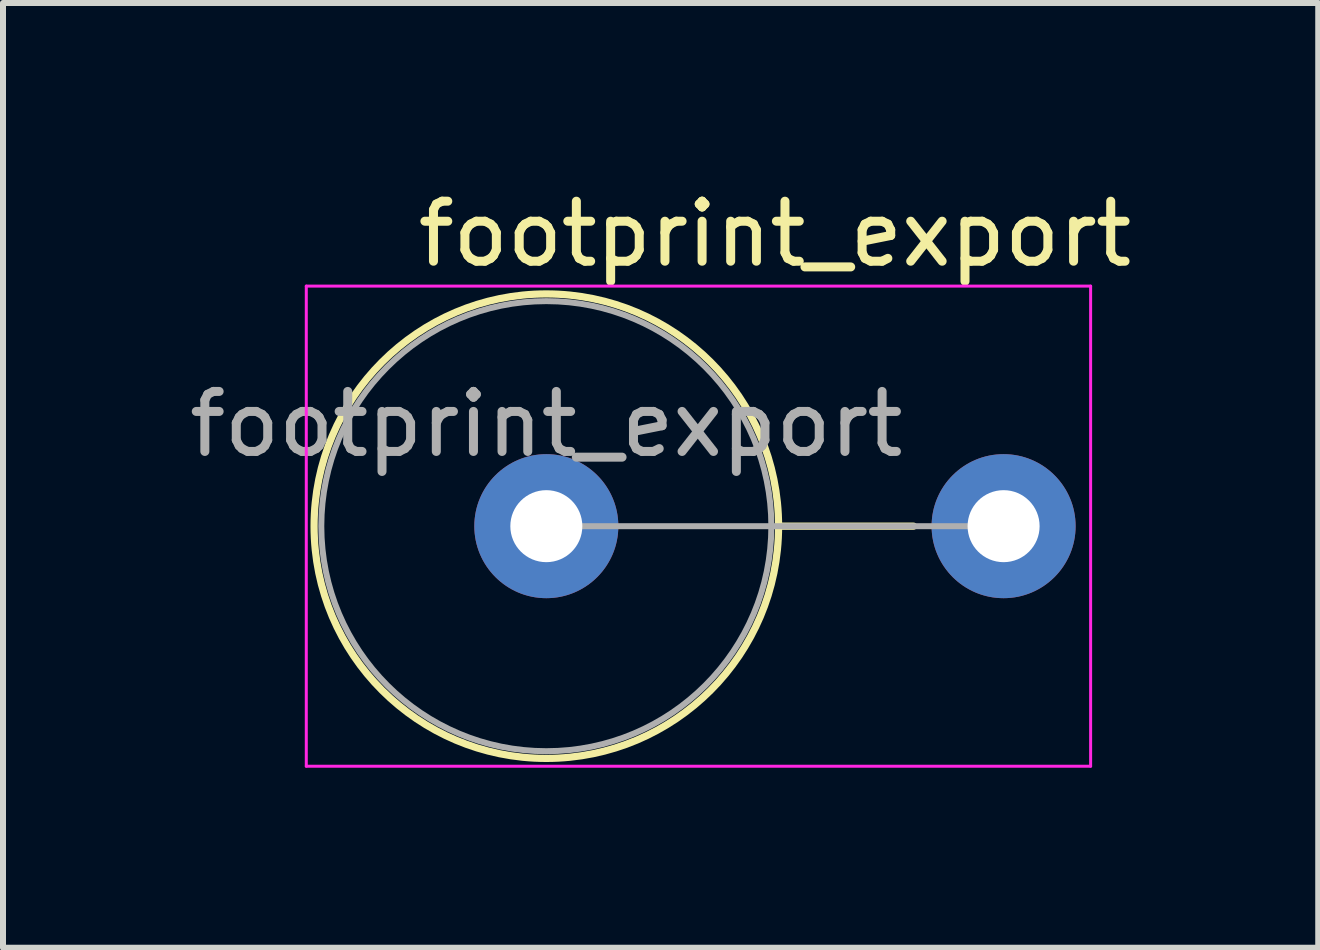
<source format=kicad_pcb>
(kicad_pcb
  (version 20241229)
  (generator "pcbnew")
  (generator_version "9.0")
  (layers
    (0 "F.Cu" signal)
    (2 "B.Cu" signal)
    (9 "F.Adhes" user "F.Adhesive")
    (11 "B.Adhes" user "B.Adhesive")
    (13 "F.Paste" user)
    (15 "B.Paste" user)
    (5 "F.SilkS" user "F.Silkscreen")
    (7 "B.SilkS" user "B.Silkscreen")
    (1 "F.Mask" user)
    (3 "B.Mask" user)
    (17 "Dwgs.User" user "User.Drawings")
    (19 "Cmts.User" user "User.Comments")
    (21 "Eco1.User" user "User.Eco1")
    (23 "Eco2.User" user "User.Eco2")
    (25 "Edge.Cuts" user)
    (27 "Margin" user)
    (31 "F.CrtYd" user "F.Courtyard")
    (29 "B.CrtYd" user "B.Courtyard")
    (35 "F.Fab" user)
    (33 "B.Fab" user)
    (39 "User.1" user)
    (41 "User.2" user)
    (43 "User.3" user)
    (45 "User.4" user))
  (footprint "footprint_export"
    (layer "F.Cu")
    (at 6.054 5.718)
    (property "Reference" "footprint_export" (at 3.81 -4.87 0) (layer "F.SilkS") (effects (font (size 1 1) (thickness 0.15))))
    (attr through_hole)
    (fp_line (start 3.87 0) (end 6.12 0) (stroke (width 0.12) (type solid)) (layer "F.SilkS"))
    (fp_circle (center 0 0) (end 3.87 0) (stroke (width 0.12) (type solid)) (fill no) (layer "F.SilkS"))
    (fp_line (start -4 -4) (end -4 4) (stroke (width 0.05) (type solid)) (layer "F.CrtYd"))
    (fp_line (start -4 4) (end 9.07 4) (stroke (width 0.05) (type solid)) (layer "F.CrtYd"))
    (fp_line (start 9.07 -4) (end -4 -4) (stroke (width 0.05) (type solid)) (layer "F.CrtYd"))
    (fp_line (start 9.07 4) (end 9.07 -4) (stroke (width 0.05) (type solid)) (layer "F.CrtYd"))
    (fp_line (start 0 0) (end 7.62 0) (stroke (width 0.1) (type solid)) (layer "F.Fab"))
    (fp_circle (center 0 0) (end 3.75 0) (stroke (width 0.1) (type solid)) (fill no) (layer "F.Fab"))
    (fp_text user "${REFERENCE}" (at 0 -1.7 0) (layer "F.Fab") (effects (font (size 1 1) (thickness 0.15))))
    (pad "1" thru_hole circle (at 0 0) (size 2.4 2.4) (drill 1.2) (layers "*.Cu" "*.Mask"))
    (pad "2" thru_hole oval (at 7.62 0) (size 2.4 2.4) (drill 1.2) (layers "*.Cu" "*.Mask")))
  (gr_rect
    (start -3 -3)
    (end 18.917 12.743)
    (stroke (width 0.1) (type default))
    (fill no)
    (layer "Edge.Cuts")))
</source>
